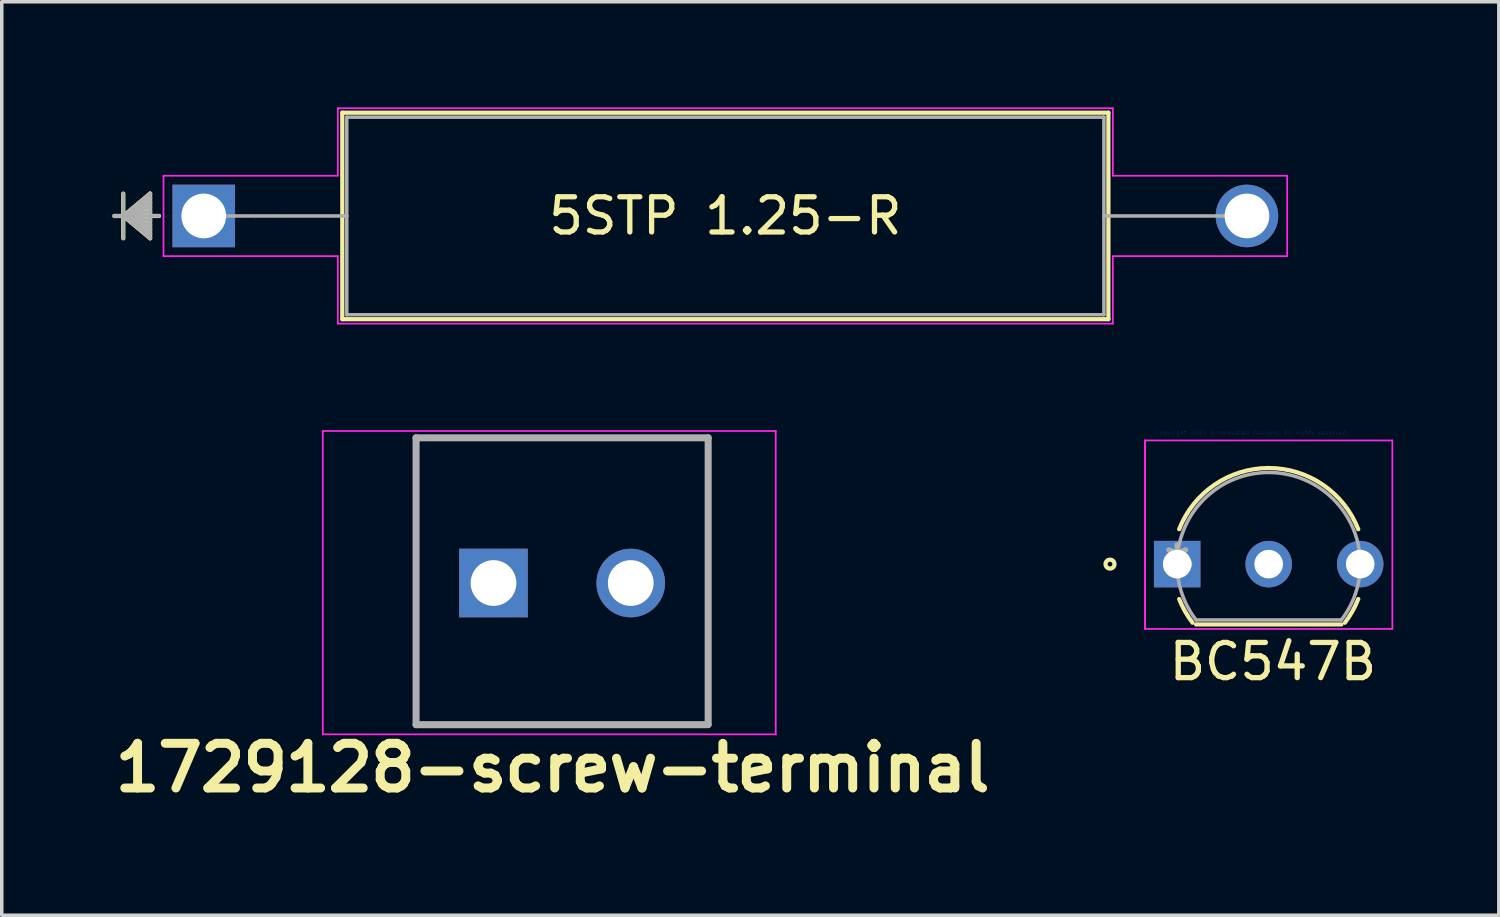
<source format=kicad_pcb>
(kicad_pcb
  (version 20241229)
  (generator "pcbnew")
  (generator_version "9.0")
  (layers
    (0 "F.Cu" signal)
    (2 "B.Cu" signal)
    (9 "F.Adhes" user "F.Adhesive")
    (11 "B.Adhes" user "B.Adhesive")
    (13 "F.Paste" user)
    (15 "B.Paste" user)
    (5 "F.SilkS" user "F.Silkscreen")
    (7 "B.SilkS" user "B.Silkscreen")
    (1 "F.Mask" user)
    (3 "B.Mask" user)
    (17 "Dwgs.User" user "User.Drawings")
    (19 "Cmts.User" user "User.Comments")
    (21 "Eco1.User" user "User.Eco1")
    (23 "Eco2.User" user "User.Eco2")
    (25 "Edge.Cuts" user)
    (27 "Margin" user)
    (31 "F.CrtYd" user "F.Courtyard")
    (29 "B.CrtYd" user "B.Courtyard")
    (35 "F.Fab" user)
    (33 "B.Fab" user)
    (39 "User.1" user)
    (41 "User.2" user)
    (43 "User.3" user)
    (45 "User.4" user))
  (footprint "1729128-screw-terminal"
    (layer "F.Cu")
    (at 10.372 13.466)
    (property "Reference" "1729128-screw-terminal" (at 2.28 5.3 0) (layer "F.SilkS") (effects (font (size 1.27 1.27) (thickness 0.254))))
    (attr through_hole)
    (fp_line (start -1.6 -4.075) (end 6.7 -4.075) (stroke (width 0.1) (type solid)) (layer "F.SilkS"))
    (fp_line (start -1.6 4.075) (end -1.6 -4.075) (stroke (width 0.1) (type solid)) (layer "F.SilkS"))
    (fp_line (start 6.7 -4.095) (end 6.7 4.075) (stroke (width 0.1) (type solid)) (layer "F.SilkS"))
    (fp_line (start 6.7 4.075) (end -1.6 4.075) (stroke (width 0.1) (type solid)) (layer "F.SilkS"))
    (fp_line (start -4.25 -4.27) (end 8.62 -4.27) (stroke (width 0.05) (type solid)) (layer "F.CrtYd"))
    (fp_line (start -4.25 4.35) (end -4.25 -4.27) (stroke (width 0.05) (type solid)) (layer "F.CrtYd"))
    (fp_line (start 8.62 -4.27) (end 8.62 4.35) (stroke (width 0.05) (type solid)) (layer "F.CrtYd"))
    (fp_line (start 8.62 4.35) (end -4.25 4.35) (stroke (width 0.05) (type solid)) (layer "F.CrtYd"))
    (fp_line (start -1.6 -4.075) (end 6.7 -4.075) (stroke (width 0.2) (type solid)) (layer "F.Fab"))
    (fp_line (start -1.6 4.075) (end -1.6 -4.075) (stroke (width 0.2) (type solid)) (layer "F.Fab"))
    (fp_line (start 6.7 4.06) (end 6.7 -4.075) (stroke (width 0.2) (type solid)) (layer "F.Fab"))
    (fp_line (start 6.7 4.075) (end -1.6 4.075) (stroke (width 0.2) (type solid)) (layer "F.Fab"))
    (pad "1" thru_hole rect (at 0.6 0.05) (size 1.95 1.95) (drill 1.3) (layers "*.Cu" "*.Mask"))
    (pad "2" thru_hole circle (at 4.5 0.05) (size 1.95 1.95) (drill 1.3) (layers "*.Cu" "*.Mask")))
  (footprint "BC547B"
    (layer "F.Cu")
    (at 30.399 12.979)
    (property "Reference" "BC547B" (at 2.72 2.77 0) (layer "F.SilkS") (effects (font (size 1 1) (thickness 0.15))))
    (attr through_hole)
    (fp_line (start 0.536 1.714) (end 4.664 1.714) (stroke (width 0.12) (type solid)) (layer "F.SilkS"))
    (fp_arc (start 0.056517 -0.99314) (mid 2.600845 -2.7305) (end 5.144097 -0.991565) (stroke (width 0.12) (type solid)) (layer "F.SilkS"))
    (fp_arc (start 0.435836 1.66494) (mid 0.222331 1.342505) (end 0.056518 0.993141) (stroke (width 0.12) (type solid)) (layer "F.SilkS"))
    (fp_arc (start 5.144097 0.991565) (mid 4.978085 1.341768) (end 4.764164 1.66494) (stroke (width 0.12) (type solid)) (layer "F.SilkS"))
    (fp_circle (center -1.909 0) (end -1.782 0) (stroke (width 0.12) (type solid)) (fill no) (layer "F.SilkS"))
    (fp_line (start -0.914 -3.514) (end 6.114 -3.514) (stroke (width 0.05) (type solid)) (layer "F.CrtYd"))
    (fp_line (start -0.914 1.841) (end -0.914 -3.514) (stroke (width 0.05) (type solid)) (layer "F.CrtYd"))
    (fp_line (start -0.914 1.841) (end -0.914 -3.514) (stroke (width 0.05) (type solid)) (layer "F.CrtYd"))
    (fp_line (start 6.114 -3.514) (end 6.114 1.841) (stroke (width 0.05) (type solid)) (layer "F.CrtYd"))
    (fp_line (start 6.114 1.841) (end -0.914 1.841) (stroke (width 0.05) (type solid)) (layer "F.CrtYd"))
    (fp_line (start -0.254 0) (end 0.254 0) (stroke (width 0.1) (type solid)) (layer "F.Fab"))
    (fp_line (start 0 0.254) (end 0 -0.254) (stroke (width 0.1) (type solid)) (layer "F.Fab"))
    (fp_line (start 0.536 1.587) (end 4.664 1.587) (stroke (width 0.1) (type solid)) (layer "F.Fab"))
    (fp_arc (start 0.536493 1.587499) (mid 2.600001 -2.6035) (end 4.663506 1.5875) (stroke (width 0.1) (type solid)) (layer "F.Fab"))
    (fp_circle (center 0.251 0) (end 0.378 0) (stroke (width 0.1) (type solid)) (fill no) (layer "F.Fab"))
    (fp_text user "Copyright 2021 Accelerated Designs. All rights reserved." (at 2.12 -3.73 0) (layer "Cmts.User") (effects (font (size 0.127 0.127) (thickness 0.002))))
    (fp_text user "*" (at 0 0 0) (layer "F.Fab") (effects (font (size 1 1) (thickness 0.15))))
    (pad "1" thru_hole rect (at 0 0) (size 1.321 1.321) (drill 0.813) (layers "*.Cu" "*.Mask"))
    (pad "2" thru_hole circle (at 2.6 0) (size 1.321 1.321) (drill 0.813) (layers "*.Cu" "*.Mask"))
    (pad "3" thru_hole circle (at 5.2 0) (size 1.321 1.321) (drill 0.813) (layers "*.Cu" "*.Mask")))
  (footprint "5STP 1.25-R"
    (layer "F.Cu")
    (at 2.739 3.086)
    (property "Reference" "5STP 1.25-R" (at 14.821 0 0) (layer "F.SilkS") (effects (font (size 1 1) (thickness 0.15))))
    (attr through_hole)
    (fp_line (start -2.286 -0.635) (end -2.286 0.635) (stroke (width 0.12) (type solid)) (layer "F.SilkS"))
    (fp_line (start -2.286 0) (end -1.524 -0.635) (stroke (width 0.12) (type solid)) (layer "F.SilkS"))
    (fp_line (start -2.286 0) (end -1.524 -0.508) (stroke (width 0.12) (type solid)) (layer "F.SilkS"))
    (fp_line (start -2.286 0) (end -1.524 -0.381) (stroke (width 0.12) (type solid)) (layer "F.SilkS"))
    (fp_line (start -2.286 0) (end -1.524 -0.254) (stroke (width 0.12) (type solid)) (layer "F.SilkS"))
    (fp_line (start -2.286 0) (end -1.524 -0.127) (stroke (width 0.12) (type solid)) (layer "F.SilkS"))
    (fp_line (start -2.286 0) (end -1.524 0.127) (stroke (width 0.12) (type solid)) (layer "F.SilkS"))
    (fp_line (start -2.286 0) (end -1.524 0.254) (stroke (width 0.12) (type solid)) (layer "F.SilkS"))
    (fp_line (start -2.286 0) (end -1.524 0.381) (stroke (width 0.12) (type solid)) (layer "F.SilkS"))
    (fp_line (start -2.286 0) (end -1.524 0.508) (stroke (width 0.12) (type solid)) (layer "F.SilkS"))
    (fp_line (start -2.286 0) (end -1.524 0.635) (stroke (width 0.12) (type solid)) (layer "F.SilkS"))
    (fp_line (start -1.524 -0.635) (end -1.524 0.635) (stroke (width 0.12) (type solid)) (layer "F.SilkS"))
    (fp_line (start -1.27 0) (end -2.54 0) (stroke (width 0.12) (type solid)) (layer "F.SilkS"))
    (fp_line (start 3.937 -2.934) (end 3.937 2.934) (stroke (width 0.12) (type solid)) (layer "F.SilkS"))
    (fp_line (start 3.937 2.934) (end 25.705 2.934) (stroke (width 0.12) (type solid)) (layer "F.SilkS"))
    (fp_line (start 25.705 -2.934) (end 3.937 -2.934) (stroke (width 0.12) (type solid)) (layer "F.SilkS"))
    (fp_line (start 25.705 2.934) (end 25.705 -2.934) (stroke (width 0.12) (type solid)) (layer "F.SilkS"))
    (fp_line (start -1.143 -1.143) (end 3.81 -1.143) (stroke (width 0.05) (type solid)) (layer "F.CrtYd"))
    (fp_line (start -1.143 1.143) (end -1.143 -1.143) (stroke (width 0.05) (type solid)) (layer "F.CrtYd"))
    (fp_line (start 3.81 -3.061) (end 25.832 -3.061) (stroke (width 0.05) (type solid)) (layer "F.CrtYd"))
    (fp_line (start 3.81 -1.143) (end 3.81 -3.061) (stroke (width 0.05) (type solid)) (layer "F.CrtYd"))
    (fp_line (start 3.81 1.143) (end -1.143 1.143) (stroke (width 0.05) (type solid)) (layer "F.CrtYd"))
    (fp_line (start 3.81 3.061) (end 3.81 1.143) (stroke (width 0.05) (type solid)) (layer "F.CrtYd"))
    (fp_line (start 25.832 -3.061) (end 25.832 -1.143) (stroke (width 0.05) (type solid)) (layer "F.CrtYd"))
    (fp_line (start 25.832 -1.143) (end 30.785 -1.143) (stroke (width 0.05) (type solid)) (layer "F.CrtYd"))
    (fp_line (start 25.832 1.143) (end 25.832 3.061) (stroke (width 0.05) (type solid)) (layer "F.CrtYd"))
    (fp_line (start 25.832 3.061) (end 3.81 3.061) (stroke (width 0.05) (type solid)) (layer "F.CrtYd"))
    (fp_line (start 30.785 -1.143) (end 30.785 1.143) (stroke (width 0.05) (type solid)) (layer "F.CrtYd"))
    (fp_line (start 30.785 1.143) (end 25.832 1.143) (stroke (width 0.05) (type solid)) (layer "F.CrtYd"))
    (fp_line (start -2.286 -0.635) (end -2.286 0.635) (stroke (width 0.1) (type solid)) (layer "F.Fab"))
    (fp_line (start -2.286 0) (end -1.524 -0.635) (stroke (width 0.1) (type solid)) (layer "F.Fab"))
    (fp_line (start -2.286 0) (end -1.524 -0.508) (stroke (width 0.1) (type solid)) (layer "F.Fab"))
    (fp_line (start -2.286 0) (end -1.524 -0.381) (stroke (width 0.1) (type solid)) (layer "F.Fab"))
    (fp_line (start -2.286 0) (end -1.524 -0.254) (stroke (width 0.1) (type solid)) (layer "F.Fab"))
    (fp_line (start -2.286 0) (end -1.524 -0.127) (stroke (width 0.1) (type solid)) (layer "F.Fab"))
    (fp_line (start -2.286 0) (end -1.524 0.127) (stroke (width 0.1) (type solid)) (layer "F.Fab"))
    (fp_line (start -2.286 0) (end -1.524 0.254) (stroke (width 0.1) (type solid)) (layer "F.Fab"))
    (fp_line (start -2.286 0) (end -1.524 0.381) (stroke (width 0.1) (type solid)) (layer "F.Fab"))
    (fp_line (start -2.286 0) (end -1.524 0.508) (stroke (width 0.1) (type solid)) (layer "F.Fab"))
    (fp_line (start -2.286 0) (end -1.524 0.635) (stroke (width 0.1) (type solid)) (layer "F.Fab"))
    (fp_line (start -1.524 -0.635) (end -1.524 0.635) (stroke (width 0.1) (type solid)) (layer "F.Fab"))
    (fp_line (start -1.27 0) (end -2.54 0) (stroke (width 0.1) (type solid)) (layer "F.Fab"))
    (fp_line (start 0 0) (end 4.064 0) (stroke (width 0.1) (type solid)) (layer "F.Fab"))
    (fp_line (start 4.064 -2.807) (end 4.064 2.807) (stroke (width 0.1) (type solid)) (layer "F.Fab"))
    (fp_line (start 4.064 2.807) (end 25.578 2.807) (stroke (width 0.1) (type solid)) (layer "F.Fab"))
    (fp_line (start 25.578 -2.807) (end 4.064 -2.807) (stroke (width 0.1) (type solid)) (layer "F.Fab"))
    (fp_line (start 25.578 2.807) (end 25.578 -2.807) (stroke (width 0.1) (type solid)) (layer "F.Fab"))
    (fp_line (start 29.642 0) (end 25.578 0) (stroke (width 0.1) (type solid)) (layer "F.Fab"))
    (fp_text user "*" (at 0 0 0) (layer "F.SilkS") (effects (font (size 1 1) (thickness 0.15))))
    (fp_text user "Copyright 2021 Accelerated Designs. All rights reserved." (at 0 0 0) (layer "Cmts.User") (effects (font (size 0.127 0.127) (thickness 0.002))))
    (fp_text user "*" (at 0 0 0) (layer "F.Fab") (effects (font (size 1 1) (thickness 0.15))))
    (pad "1" thru_hole rect (at 0 0) (size 1.778 1.778) (drill 1.27) (layers "*.Cu" "*.Mask"))
    (pad "2" thru_hole circle (at 29.642 0) (size 1.778 1.778) (drill 1.27) (layers "*.Cu" "*.Mask")))
  (gr_rect
    (start -3 -3)
    (end 39.538 22.955)
    (stroke (width 0.1) (type default))
    (fill no)
    (layer "Edge.Cuts")))
</source>
